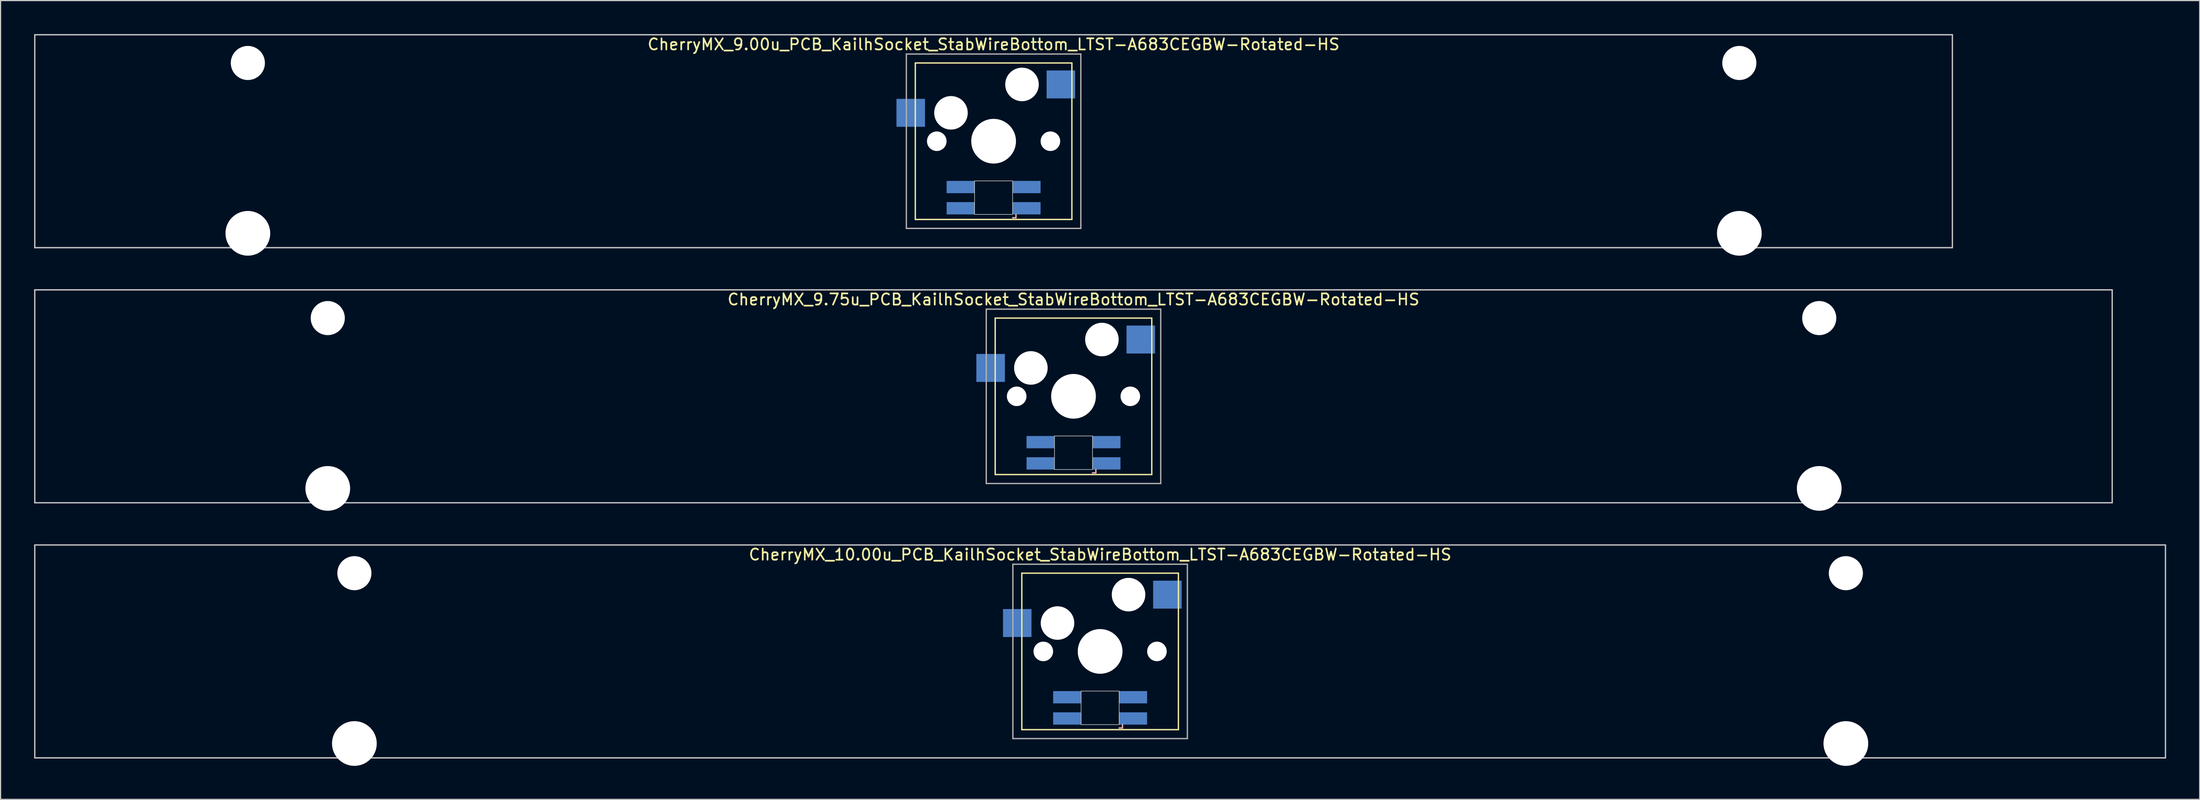
<source format=kicad_pcb>
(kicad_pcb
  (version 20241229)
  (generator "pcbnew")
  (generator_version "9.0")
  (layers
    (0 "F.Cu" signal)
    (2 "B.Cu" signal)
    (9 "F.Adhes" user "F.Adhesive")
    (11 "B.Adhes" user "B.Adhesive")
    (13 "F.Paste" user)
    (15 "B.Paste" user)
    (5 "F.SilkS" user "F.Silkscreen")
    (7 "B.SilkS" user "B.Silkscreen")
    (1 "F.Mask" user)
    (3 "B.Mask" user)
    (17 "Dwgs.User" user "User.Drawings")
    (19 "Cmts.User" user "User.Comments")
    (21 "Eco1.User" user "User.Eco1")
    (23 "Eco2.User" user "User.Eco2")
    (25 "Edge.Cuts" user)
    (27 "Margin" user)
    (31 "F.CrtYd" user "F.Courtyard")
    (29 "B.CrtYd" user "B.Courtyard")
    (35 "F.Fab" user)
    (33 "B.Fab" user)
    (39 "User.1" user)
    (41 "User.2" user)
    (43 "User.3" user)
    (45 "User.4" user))
  (footprint "CherryMX_10.00u_PCB_KailhSocket_StabWireBottom_LTST-A683CEGBW-Rotated-HS"
    (layer "F.Cu")
    (at 95.31 55.235)
    (property "Reference" "CherryMX_10.00u_PCB_KailhSocket_StabWireBottom_LTST-A683CEGBW-Rotated-HS" (at 0 -8.662 0) (layer "F.SilkS") (effects (font (size 1 1) (thickness 0.15))))
    (attr through_hole)
    (fp_line (start -7 -7) (end -7 7) (stroke (width 0.12) (type solid)) (layer "F.SilkS"))
    (fp_line (start -7 -7) (end 7 -7) (stroke (width 0.12) (type solid)) (layer "F.SilkS"))
    (fp_line (start 7 -7) (end 7 7) (stroke (width 0.12) (type solid)) (layer "F.SilkS"))
    (fp_line (start 7 7) (end -7 7) (stroke (width 0.12) (type solid)) (layer "F.SilkS"))
    (fp_line (start 1.7 6.85) (end 2 6.85) (stroke (width 0.12) (type solid)) (layer "B.SilkS"))
    (fp_line (start 2 6.85) (end 2 6.55) (stroke (width 0.12) (type solid)) (layer "B.SilkS"))
    (fp_line (start -95.25 -9.525) (end 95.25 -9.525) (stroke (width 0.12) (type solid)) (layer "Dwgs.User"))
    (fp_line (start -95.25 9.525) (end -95.25 -9.525) (stroke (width 0.12) (type solid)) (layer "Dwgs.User"))
    (fp_line (start 95.25 -9.525) (end 95.25 9.525) (stroke (width 0.12) (type solid)) (layer "Dwgs.User"))
    (fp_line (start 95.25 9.525) (end -95.25 9.525) (stroke (width 0.12) (type solid)) (layer "Dwgs.User"))
    (fp_line (start -1.7 3.55) (end 1.7 3.55) (stroke (width 0.05) (type solid)) (layer "Edge.Cuts"))
    (fp_line (start -1.7 6.55) (end -1.7 3.55) (stroke (width 0.05) (type solid)) (layer "Edge.Cuts"))
    (fp_line (start 1.7 3.55) (end 1.7 6.55) (stroke (width 0.05) (type solid)) (layer "Edge.Cuts"))
    (fp_line (start 1.7 6.55) (end -1.7 6.55) (stroke (width 0.05) (type solid)) (layer "Edge.Cuts"))
    (fp_line (start -7.8 -7.8) (end -7.8 7.8) (stroke (width 0.12) (type solid)) (layer "F.Fab"))
    (fp_line (start -7.8 -7.8) (end 7.8 -7.8) (stroke (width 0.12) (type solid)) (layer "F.Fab"))
    (fp_line (start -7.8 7.8) (end 7.8 7.8) (stroke (width 0.12) (type solid)) (layer "F.Fab"))
    (fp_line (start 7.8 -7.8) (end 7.8 7.8) (stroke (width 0.12) (type solid)) (layer "F.Fab"))
    (pad "" np_thru_hole circle (at -66.675 -7) (size 3.05 3.05) (drill 3.05) (layers "*.Cu" "*.Mask"))
    (pad "" np_thru_hole circle (at -66.675 8.24) (size 4 4) (drill 4) (layers "*.Cu" "*.Mask"))
    (pad "" np_thru_hole circle (at -5.08 0) (size 1.75 1.75) (drill 1.75) (layers "*.Cu" "*.Mask"))
    (pad "" np_thru_hole circle (at -3.81 -2.54) (size 3 3) (drill 3) (layers "*.Cu" "*.Mask"))
    (pad "" np_thru_hole circle (at 0 0) (size 4 4) (drill 4) (layers "*.Cu" "*.Mask"))
    (pad "" np_thru_hole circle (at 2.54 -5.08) (size 3 3) (drill 3) (layers "*.Cu" "*.Mask"))
    (pad "" np_thru_hole circle (at 5.08 0) (size 1.75 1.75) (drill 1.75) (layers "*.Cu" "*.Mask"))
    (pad "" np_thru_hole circle (at 66.675 -7) (size 3.05 3.05) (drill 3.05) (layers "*.Cu" "*.Mask"))
    (pad "" np_thru_hole circle (at 66.675 8.24) (size 4 4) (drill 4) (layers "*.Cu" "*.Mask"))
    (pad "1" smd rect (at -7.41 -2.54) (size 2.55 2.5) (layers "B.Cu" "B.Mask" "B.Paste"))
    (pad "2" smd rect (at 6.015 -5.08) (size 2.55 2.5) (layers "B.Cu" "B.Mask" "B.Paste"))
    (pad "3" smd rect (at 2.95 6) (size 2.5 1.1) (layers "B.Cu" "B.Mask" "B.Paste"))
    (pad "4" smd rect (at 2.95 4.1) (size 2.5 1.1) (layers "B.Cu" "B.Mask" "B.Paste"))
    (pad "5" smd rect (at -2.95 6) (size 2.5 1.1) (layers "B.Cu" "B.Mask" "B.Paste"))
    (pad "6" smd rect (at -2.95 4.1) (size 2.5 1.1) (layers "B.Cu" "B.Mask" "B.Paste")))
  (footprint "CherryMX_9.75u_PCB_KailhSocket_StabWireBottom_LTST-A683CEGBW-Rotated-HS"
    (layer "F.Cu")
    (at 92.929 32.41)
    (property "Reference" "CherryMX_9.75u_PCB_KailhSocket_StabWireBottom_LTST-A683CEGBW-Rotated-HS" (at 0 -8.662 0) (layer "F.SilkS") (effects (font (size 1 1) (thickness 0.15))))
    (attr through_hole)
    (fp_line (start -7 -7) (end -7 7) (stroke (width 0.12) (type solid)) (layer "F.SilkS"))
    (fp_line (start -7 -7) (end 7 -7) (stroke (width 0.12) (type solid)) (layer "F.SilkS"))
    (fp_line (start 7 -7) (end 7 7) (stroke (width 0.12) (type solid)) (layer "F.SilkS"))
    (fp_line (start 7 7) (end -7 7) (stroke (width 0.12) (type solid)) (layer "F.SilkS"))
    (fp_line (start 1.7 6.85) (end 2 6.85) (stroke (width 0.12) (type solid)) (layer "B.SilkS"))
    (fp_line (start 2 6.85) (end 2 6.55) (stroke (width 0.12) (type solid)) (layer "B.SilkS"))
    (fp_line (start -92.869 -9.525) (end 92.869 -9.525) (stroke (width 0.12) (type solid)) (layer "Dwgs.User"))
    (fp_line (start -92.869 9.525) (end -92.869 -9.525) (stroke (width 0.12) (type solid)) (layer "Dwgs.User"))
    (fp_line (start 92.869 -9.525) (end 92.869 9.525) (stroke (width 0.12) (type solid)) (layer "Dwgs.User"))
    (fp_line (start 92.869 9.525) (end -92.869 9.525) (stroke (width 0.12) (type solid)) (layer "Dwgs.User"))
    (fp_line (start -1.7 3.55) (end 1.7 3.55) (stroke (width 0.05) (type solid)) (layer "Edge.Cuts"))
    (fp_line (start -1.7 6.55) (end -1.7 3.55) (stroke (width 0.05) (type solid)) (layer "Edge.Cuts"))
    (fp_line (start 1.7 3.55) (end 1.7 6.55) (stroke (width 0.05) (type solid)) (layer "Edge.Cuts"))
    (fp_line (start 1.7 6.55) (end -1.7 6.55) (stroke (width 0.05) (type solid)) (layer "Edge.Cuts"))
    (fp_line (start -7.8 -7.8) (end -7.8 7.8) (stroke (width 0.12) (type solid)) (layer "F.Fab"))
    (fp_line (start -7.8 -7.8) (end 7.8 -7.8) (stroke (width 0.12) (type solid)) (layer "F.Fab"))
    (fp_line (start -7.8 7.8) (end 7.8 7.8) (stroke (width 0.12) (type solid)) (layer "F.Fab"))
    (fp_line (start 7.8 -7.8) (end 7.8 7.8) (stroke (width 0.12) (type solid)) (layer "F.Fab"))
    (pad "" np_thru_hole circle (at -66.675 -7) (size 3.05 3.05) (drill 3.05) (layers "*.Cu" "*.Mask"))
    (pad "" np_thru_hole circle (at -66.675 8.24) (size 4 4) (drill 4) (layers "*.Cu" "*.Mask"))
    (pad "" np_thru_hole circle (at -5.08 0) (size 1.75 1.75) (drill 1.75) (layers "*.Cu" "*.Mask"))
    (pad "" np_thru_hole circle (at -3.81 -2.54) (size 3 3) (drill 3) (layers "*.Cu" "*.Mask"))
    (pad "" np_thru_hole circle (at 0 0) (size 4 4) (drill 4) (layers "*.Cu" "*.Mask"))
    (pad "" np_thru_hole circle (at 2.54 -5.08) (size 3 3) (drill 3) (layers "*.Cu" "*.Mask"))
    (pad "" np_thru_hole circle (at 5.08 0) (size 1.75 1.75) (drill 1.75) (layers "*.Cu" "*.Mask"))
    (pad "" np_thru_hole circle (at 66.675 -7) (size 3.05 3.05) (drill 3.05) (layers "*.Cu" "*.Mask"))
    (pad "" np_thru_hole circle (at 66.675 8.24) (size 4 4) (drill 4) (layers "*.Cu" "*.Mask"))
    (pad "1" smd rect (at -7.41 -2.54) (size 2.55 2.5) (layers "B.Cu" "B.Mask" "B.Paste"))
    (pad "2" smd rect (at 6.015 -5.08) (size 2.55 2.5) (layers "B.Cu" "B.Mask" "B.Paste"))
    (pad "3" smd rect (at 2.95 6) (size 2.5 1.1) (layers "B.Cu" "B.Mask" "B.Paste"))
    (pad "4" smd rect (at 2.95 4.1) (size 2.5 1.1) (layers "B.Cu" "B.Mask" "B.Paste"))
    (pad "5" smd rect (at -2.95 6) (size 2.5 1.1) (layers "B.Cu" "B.Mask" "B.Paste"))
    (pad "6" smd rect (at -2.95 4.1) (size 2.5 1.1) (layers "B.Cu" "B.Mask" "B.Paste")))
  (footprint "CherryMX_9.00u_PCB_KailhSocket_StabWireBottom_LTST-A683CEGBW-Rotated-HS"
    (layer "F.Cu")
    (at 85.785 9.585)
    (property "Reference" "CherryMX_9.00u_PCB_KailhSocket_StabWireBottom_LTST-A683CEGBW-Rotated-HS" (at 0 -8.662 0) (layer "F.SilkS") (effects (font (size 1 1) (thickness 0.15))))
    (attr through_hole)
    (fp_line (start -7 -7) (end -7 7) (stroke (width 0.12) (type solid)) (layer "F.SilkS"))
    (fp_line (start -7 -7) (end 7 -7) (stroke (width 0.12) (type solid)) (layer "F.SilkS"))
    (fp_line (start 7 -7) (end 7 7) (stroke (width 0.12) (type solid)) (layer "F.SilkS"))
    (fp_line (start 7 7) (end -7 7) (stroke (width 0.12) (type solid)) (layer "F.SilkS"))
    (fp_line (start 1.7 6.85) (end 2 6.85) (stroke (width 0.12) (type solid)) (layer "B.SilkS"))
    (fp_line (start 2 6.85) (end 2 6.55) (stroke (width 0.12) (type solid)) (layer "B.SilkS"))
    (fp_line (start -85.725 -9.525) (end 85.725 -9.525) (stroke (width 0.12) (type solid)) (layer "Dwgs.User"))
    (fp_line (start -85.725 9.525) (end -85.725 -9.525) (stroke (width 0.12) (type solid)) (layer "Dwgs.User"))
    (fp_line (start 85.725 -9.525) (end 85.725 9.525) (stroke (width 0.12) (type solid)) (layer "Dwgs.User"))
    (fp_line (start 85.725 9.525) (end -85.725 9.525) (stroke (width 0.12) (type solid)) (layer "Dwgs.User"))
    (fp_line (start -1.7 3.55) (end 1.7 3.55) (stroke (width 0.05) (type solid)) (layer "Edge.Cuts"))
    (fp_line (start -1.7 6.55) (end -1.7 3.55) (stroke (width 0.05) (type solid)) (layer "Edge.Cuts"))
    (fp_line (start 1.7 3.55) (end 1.7 6.55) (stroke (width 0.05) (type solid)) (layer "Edge.Cuts"))
    (fp_line (start 1.7 6.55) (end -1.7 6.55) (stroke (width 0.05) (type solid)) (layer "Edge.Cuts"))
    (fp_line (start -7.8 -7.8) (end -7.8 7.8) (stroke (width 0.12) (type solid)) (layer "F.Fab"))
    (fp_line (start -7.8 -7.8) (end 7.8 -7.8) (stroke (width 0.12) (type solid)) (layer "F.Fab"))
    (fp_line (start -7.8 7.8) (end 7.8 7.8) (stroke (width 0.12) (type solid)) (layer "F.Fab"))
    (fp_line (start 7.8 -7.8) (end 7.8 7.8) (stroke (width 0.12) (type solid)) (layer "F.Fab"))
    (pad "" np_thru_hole circle (at -66.675 -7) (size 3.05 3.05) (drill 3.05) (layers "*.Cu" "*.Mask"))
    (pad "" np_thru_hole circle (at -66.675 8.24) (size 4 4) (drill 4) (layers "*.Cu" "*.Mask"))
    (pad "" np_thru_hole circle (at -5.08 0) (size 1.75 1.75) (drill 1.75) (layers "*.Cu" "*.Mask"))
    (pad "" np_thru_hole circle (at -3.81 -2.54) (size 3 3) (drill 3) (layers "*.Cu" "*.Mask"))
    (pad "" np_thru_hole circle (at 0 0) (size 4 4) (drill 4) (layers "*.Cu" "*.Mask"))
    (pad "" np_thru_hole circle (at 2.54 -5.08) (size 3 3) (drill 3) (layers "*.Cu" "*.Mask"))
    (pad "" np_thru_hole circle (at 5.08 0) (size 1.75 1.75) (drill 1.75) (layers "*.Cu" "*.Mask"))
    (pad "" np_thru_hole circle (at 66.675 -7) (size 3.05 3.05) (drill 3.05) (layers "*.Cu" "*.Mask"))
    (pad "" np_thru_hole circle (at 66.675 8.24) (size 4 4) (drill 4) (layers "*.Cu" "*.Mask"))
    (pad "1" smd rect (at -7.41 -2.54) (size 2.55 2.5) (layers "B.Cu" "B.Mask" "B.Paste"))
    (pad "2" smd rect (at 6.015 -5.08) (size 2.55 2.5) (layers "B.Cu" "B.Mask" "B.Paste"))
    (pad "3" smd rect (at 2.95 6) (size 2.5 1.1) (layers "B.Cu" "B.Mask" "B.Paste"))
    (pad "4" smd rect (at 2.95 4.1) (size 2.5 1.1) (layers "B.Cu" "B.Mask" "B.Paste"))
    (pad "5" smd rect (at -2.95 6) (size 2.5 1.1) (layers "B.Cu" "B.Mask" "B.Paste"))
    (pad "6" smd rect (at -2.95 4.1) (size 2.5 1.1) (layers "B.Cu" "B.Mask" "B.Paste")))
  (gr_rect
    (start -3 -3)
    (end 193.62 68.475)
    (stroke (width 0.1) (type default))
    (fill no)
    (layer "Edge.Cuts")))
</source>
